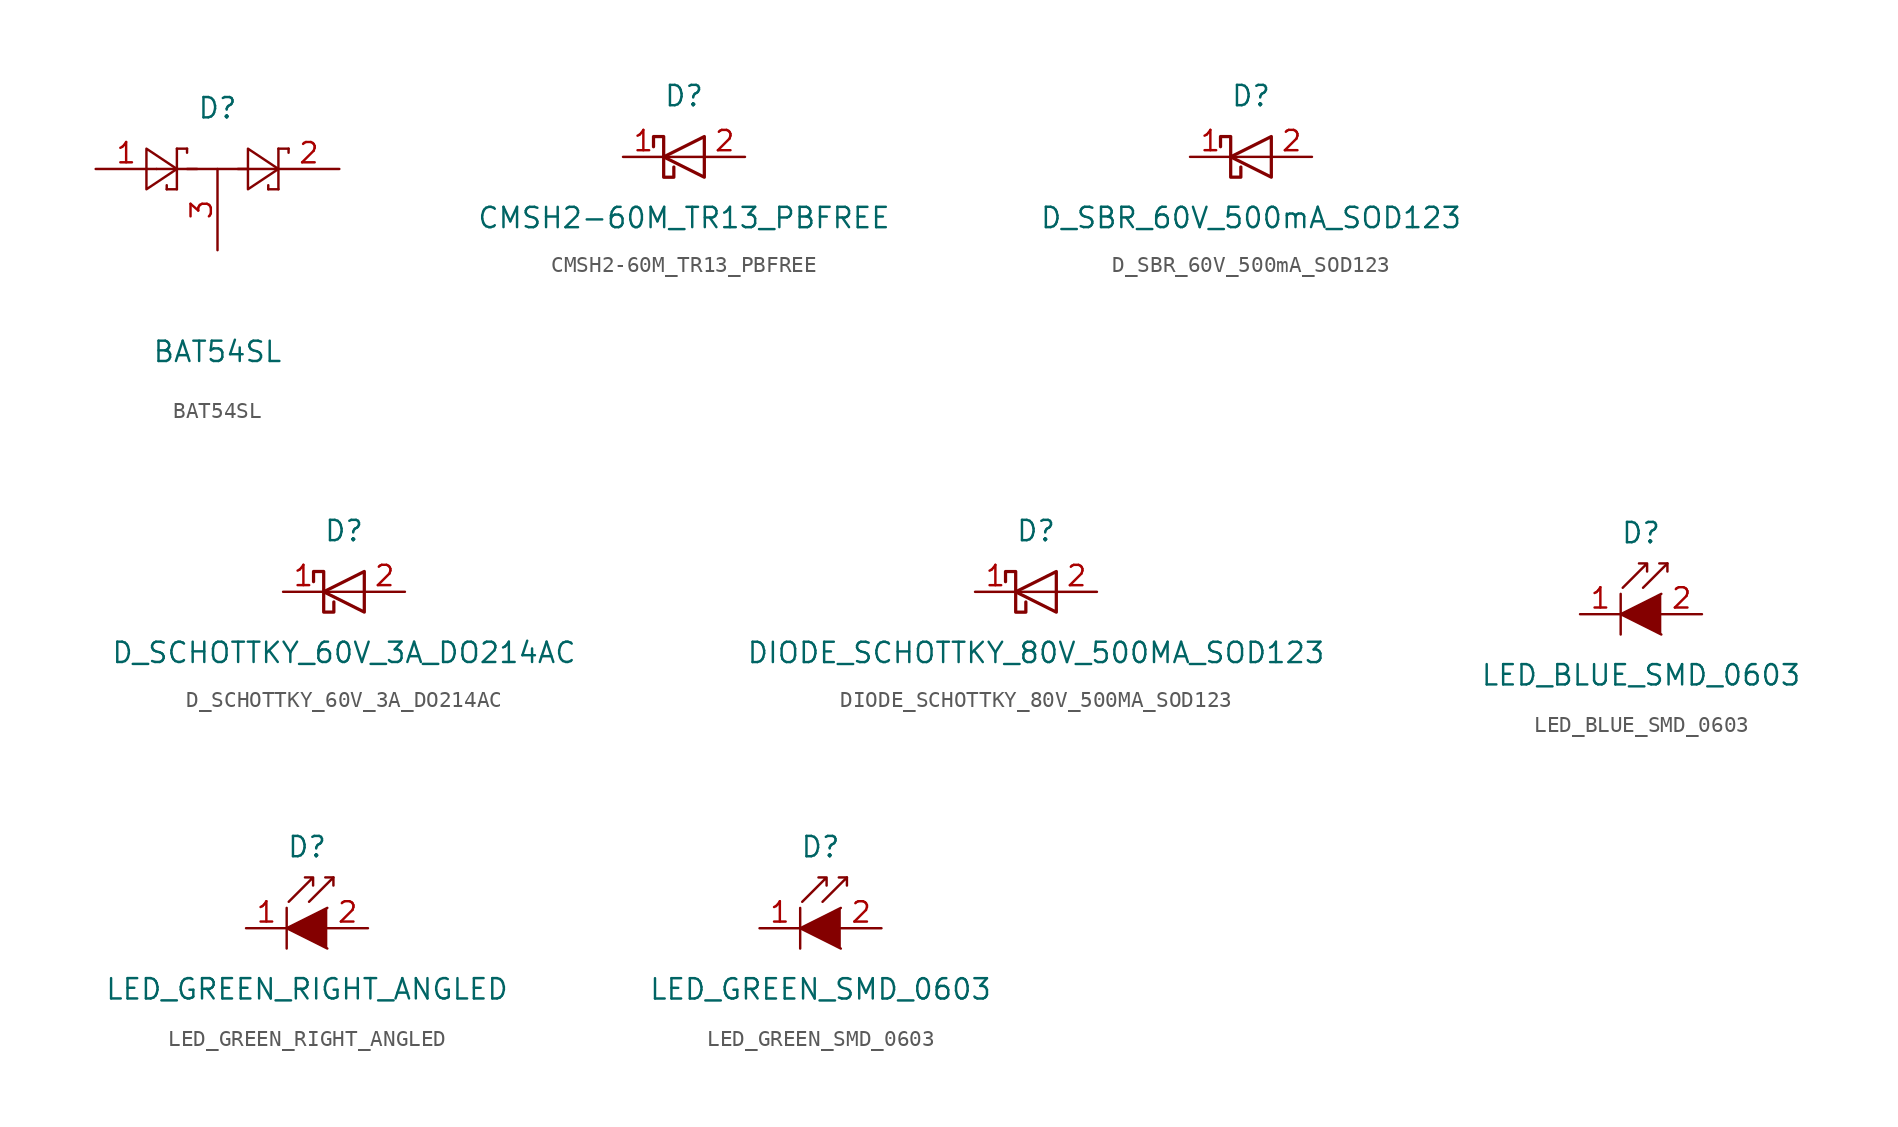
<source format=kicad_sym>
(kicad_symbol_lib
  (version 20220914)
  (generator kicad_symbol_editor)
  (symbol "BAT54SL"
    (pin_names
      (offset 0) hide)
    (property "Reference" "D"
      (at 0 0 0)
      (effects (font (size 1.27 1.27))))
    (property "Value" "BAT54SL"
      (at 0 -15.24 0)
      (effects (font (size 1.27 1.27))))
    (symbol "BAT54SL_1_1"
      (polyline (pts (xy -3.81 -3.81) (xy -1.27 -3.81)) (stroke (width 0) (type default)) (fill (type none)))
      (polyline (pts (xy -3.175 -5.08) (xy -3.175 -4.826)) (stroke (width 0) (type default)) (fill (type none)))
      (polyline (pts (xy -2.54 -5.08) (xy -3.175 -5.08)) (stroke (width 0) (type default)) (fill (type none)))
      (polyline (pts (xy -2.54 -5.08) (xy -2.54 -2.54)) (stroke (width 0) (type default)) (fill (type none)))
      (polyline (pts (xy -2.54 -2.54) (xy -1.905 -2.54)) (stroke (width 0) (type default)) (fill (type none)))
      (polyline (pts (xy -1.905 -3.81) (xy 1.905 -3.81)) (stroke (width 0) (type default)) (fill (type none)))
      (polyline (pts (xy -1.905 -2.54) (xy -1.905 -2.794)) (stroke (width 0) (type default)) (fill (type none)))
      (polyline (pts (xy 1.27 -3.81) (xy 3.81 -3.81)) (stroke (width 0) (type default)) (fill (type none)))
      (polyline (pts (xy 3.175 -5.08) (xy 3.175 -4.826)) (stroke (width 0) (type default)) (fill (type none)))
      (polyline (pts (xy 3.81 -5.08) (xy 3.175 -5.08)) (stroke (width 0) (type default)) (fill (type none)))
      (polyline (pts (xy 3.81 -5.08) (xy 3.81 -2.54)) (stroke (width 0) (type default)) (fill (type none)))
      (polyline (pts (xy 3.81 -2.54) (xy 4.445 -2.54)) (stroke (width 0) (type default)) (fill (type none)))
      (polyline (pts (xy 4.445 -2.54) (xy 4.445 -2.794)) (stroke (width 0) (type default)) (fill (type none)))
      (polyline (pts (xy -4.445 -2.54) (xy -4.445 -5.08) (xy -2.54 -3.81) (xy -4.445 -2.54)) (stroke (width 0) (type default)) (fill (type none)))
      (polyline (pts (xy 1.905 -2.54) (xy 1.905 -5.08) (xy 3.81 -3.81) (xy 1.905 -2.54)) (stroke (width 0) (type default)) (fill (type none)))
      (pin passive line (at -7.62 -3.81 0) (length 3.81) (name "~" (effects (font (size 1.27 1.27)))) (number "1" (effects (font (size 1.27 1.27)))))
      (pin passive line (at 7.62 -3.81 180) (length 3.81) (name "~" (effects (font (size 1.27 1.27)))) (number "2" (effects (font (size 1.27 1.27)))))
      (pin passive line (at 0 -8.89 90) (length 5.08) (name "~" (effects (font (size 1.27 1.27)))) (number "3" (effects (font (size 1.27 1.27)))))))
  (symbol "CMSH2-60M_TR13_PBFREE"
    (pin_names
      (offset 0) hide)
    (property "Reference" "D"
      (at 0 0 0)
      (effects (font (size 1.27 1.27))))
    (property "Value" "CMSH2-60M_TR13_PBFREE"
      (at 0 -7.62 0)
      (effects (font (size 1.27 1.27))))
    (symbol "CMSH2-60M_TR13_PBFREE_1_1"
      (polyline (pts (xy 1.27 -3.81) (xy -1.27 -3.81)) (stroke (width 0) (type default)) (fill (type none)))
      (polyline (pts (xy 1.27 -2.54) (xy 1.27 -5.08) (xy -1.27 -3.81) (xy 1.27 -2.54)) (stroke (width 0.203) (type default)) (fill (type none)))
      (polyline (pts (xy -1.905 -3.175) (xy -1.905 -2.54) (xy -1.27 -2.54) (xy -1.27 -5.08) (xy -0.635 -5.08) (xy -0.635 -4.445)) (stroke (width 0.203) (type default)) (fill (type none)))
      (pin passive line (at -3.81 -3.81 0) (length 2.54) (name "K" (effects (font (size 1.27 1.27)))) (number "1" (effects (font (size 1.27 1.27)))))
      (pin passive line (at 3.81 -3.81 180) (length 2.54) (name "A" (effects (font (size 1.27 1.27)))) (number "2" (effects (font (size 1.27 1.27)))))))
  (symbol "D_SBR_60V_500mA_SOD123"
    (pin_names
      (offset 0) hide)
    (property "Reference" "D"
      (at 0 0 0)
      (effects (font (size 1.27 1.27))))
    (property "Value" "D_SBR_60V_500mA_SOD123"
      (at 0 -7.62 0)
      (effects (font (size 1.27 1.27))))
    (symbol "D_SBR_60V_500mA_SOD123_1_1"
      (polyline (pts (xy 1.27 -3.81) (xy -1.27 -3.81)) (stroke (width 0) (type default)) (fill (type none)))
      (polyline (pts (xy 1.27 -2.54) (xy 1.27 -5.08) (xy -1.27 -3.81) (xy 1.27 -2.54)) (stroke (width 0.203) (type default)) (fill (type none)))
      (polyline (pts (xy -1.905 -3.175) (xy -1.905 -2.54) (xy -1.27 -2.54) (xy -1.27 -5.08) (xy -0.635 -5.08) (xy -0.635 -4.445)) (stroke (width 0.203) (type default)) (fill (type none)))
      (pin passive line (at -3.81 -3.81 0) (length 2.54) (name "K" (effects (font (size 1.27 1.27)))) (number "1" (effects (font (size 1.27 1.27)))))
      (pin passive line (at 3.81 -3.81 180) (length 2.54) (name "A" (effects (font (size 1.27 1.27)))) (number "2" (effects (font (size 1.27 1.27)))))))
  (symbol "D_SCHOTTKY_60V_3A_DO214AC"
    (pin_names
      (offset 0) hide)
    (property "Reference" "D"
      (at 0 0 0)
      (effects (font (size 1.27 1.27))))
    (property "Value" "D_SCHOTTKY_60V_3A_DO214AC"
      (at 0 -7.62 0)
      (effects (font (size 1.27 1.27))))
    (symbol "D_SCHOTTKY_60V_3A_DO214AC_1_1"
      (polyline (pts (xy 1.27 -3.81) (xy -1.27 -3.81)) (stroke (width 0) (type default)) (fill (type none)))
      (polyline (pts (xy 1.27 -2.54) (xy 1.27 -5.08) (xy -1.27 -3.81) (xy 1.27 -2.54)) (stroke (width 0.203) (type default)) (fill (type none)))
      (polyline (pts (xy -1.905 -3.175) (xy -1.905 -2.54) (xy -1.27 -2.54) (xy -1.27 -5.08) (xy -0.635 -5.08) (xy -0.635 -4.445)) (stroke (width 0.203) (type default)) (fill (type none)))
      (pin passive line (at -3.81 -3.81 0) (length 2.54) (name "K" (effects (font (size 1.27 1.27)))) (number "1" (effects (font (size 1.27 1.27)))))
      (pin passive line (at 3.81 -3.81 180) (length 2.54) (name "A" (effects (font (size 1.27 1.27)))) (number "2" (effects (font (size 1.27 1.27)))))))
  (symbol "DIODE_SCHOTTKY_80V_500MA_SOD123"
    (pin_names
      (offset 0) hide)
    (property "Reference" "D"
      (at 0 0 0)
      (effects (font (size 1.27 1.27))))
    (property "Value" "DIODE_SCHOTTKY_80V_500MA_SOD123"
      (at 0 -7.62 0)
      (effects (font (size 1.27 1.27))))
    (symbol "DIODE_SCHOTTKY_80V_500MA_SOD123_1_1"
      (polyline (pts (xy 1.27 -3.81) (xy -1.27 -3.81)) (stroke (width 0) (type default)) (fill (type none)))
      (polyline (pts (xy 1.27 -2.54) (xy 1.27 -5.08) (xy -1.27 -3.81) (xy 1.27 -2.54)) (stroke (width 0.203) (type default)) (fill (type none)))
      (polyline (pts (xy -1.905 -3.175) (xy -1.905 -2.54) (xy -1.27 -2.54) (xy -1.27 -5.08) (xy -0.635 -5.08) (xy -0.635 -4.445)) (stroke (width 0.203) (type default)) (fill (type none)))
      (pin passive line (at -3.81 -3.81 0) (length 2.54) (name "K" (effects (font (size 1.27 1.27)))) (number "1" (effects (font (size 1.27 1.27)))))
      (pin passive line (at 3.81 -3.81 180) (length 2.54) (name "A" (effects (font (size 1.27 1.27)))) (number "2" (effects (font (size 1.27 1.27)))))))
  (symbol "LED_BLUE_SMD_0603"
    (pin_names
      (offset 1.016) hide)
    (property "Reference" "D"
      (at 0 0 0)
      (effects (font (size 1.27 1.27))))
    (property "Value" "LED_BLUE_SMD_0603"
      (at 0 -8.89 0)
      (effects (font (size 1.27 1.27))))
    (symbol "LED_BLUE_SMD_0603_1_1"
      (polyline (pts (xy -1.27 -3.81) (xy -1.27 -6.35)) (stroke (width 0.152) (type default)) (fill (type none)))
      (polyline (pts (xy 1.651 -1.905) (xy 1.143 -1.905)) (stroke (width 0) (type default)) (fill (type none)))
      (polyline (pts (xy 0.127 -3.429) (xy 1.651 -1.905) (xy 1.651 -2.413)) (stroke (width 0) (type default)) (fill (type none)))
      (polyline (pts (xy 1.27 -3.81) (xy -1.27 -5.08) (xy 1.27 -6.35)) (stroke (width 0) (type default)) (fill (type outline)))
      (polyline (pts (xy -1.143 -3.429) (xy 0.381 -1.905) (xy 0.381 -2.413) (xy 0.381 -1.905) (xy -0.127 -1.905)) (stroke (width 0) (type default)) (fill (type none)))
      (pin passive line (at -3.81 -5.08 0) (length 2.54) (name "K" (effects (font (size 1.27 1.27)))) (number "1" (effects (font (size 1.27 1.27)))))
      (pin passive line (at 3.81 -5.08 180) (length 2.54) (name "A" (effects (font (size 1.27 1.27)))) (number "2" (effects (font (size 1.27 1.27)))))))
  (symbol "LED_GREEN_RIGHT_ANGLED"
    (pin_names
      (offset 1.016) hide)
    (property "Reference" "D"
      (at 0 0 0)
      (effects (font (size 1.27 1.27))))
    (property "Value" "LED_GREEN_RIGHT_ANGLED"
      (at 0 -8.89 0)
      (effects (font (size 1.27 1.27))))
    (symbol "LED_GREEN_RIGHT_ANGLED_1_1"
      (polyline (pts (xy -1.27 -3.81) (xy -1.27 -6.35)) (stroke (width 0.152) (type default)) (fill (type none)))
      (polyline (pts (xy 1.651 -1.905) (xy 1.143 -1.905)) (stroke (width 0) (type default)) (fill (type none)))
      (polyline (pts (xy 0.127 -3.429) (xy 1.651 -1.905) (xy 1.651 -2.413)) (stroke (width 0) (type default)) (fill (type none)))
      (polyline (pts (xy 1.27 -3.81) (xy -1.27 -5.08) (xy 1.27 -6.35)) (stroke (width 0) (type default)) (fill (type outline)))
      (polyline (pts (xy -1.143 -3.429) (xy 0.381 -1.905) (xy 0.381 -2.413) (xy 0.381 -1.905) (xy -0.127 -1.905)) (stroke (width 0) (type default)) (fill (type none)))
      (pin passive line (at -3.81 -5.08 0) (length 2.54) (name "K" (effects (font (size 1.27 1.27)))) (number "1" (effects (font (size 1.27 1.27)))))
      (pin passive line (at 3.81 -5.08 180) (length 2.54) (name "A" (effects (font (size 1.27 1.27)))) (number "2" (effects (font (size 1.27 1.27)))))))
  (symbol "LED_GREEN_SMD_0603"
    (pin_names
      (offset 1.016) hide)
    (property "Reference" "D"
      (at 0 0 0)
      (effects (font (size 1.27 1.27))))
    (property "Value" "LED_GREEN_SMD_0603"
      (at 0 -8.89 0)
      (effects (font (size 1.27 1.27))))
    (symbol "LED_GREEN_SMD_0603_1_1"
      (polyline (pts (xy -1.27 -3.81) (xy -1.27 -6.35)) (stroke (width 0.152) (type default)) (fill (type none)))
      (polyline (pts (xy 1.651 -1.905) (xy 1.143 -1.905)) (stroke (width 0) (type default)) (fill (type none)))
      (polyline (pts (xy 0.127 -3.429) (xy 1.651 -1.905) (xy 1.651 -2.413)) (stroke (width 0) (type default)) (fill (type none)))
      (polyline (pts (xy 1.27 -3.81) (xy -1.27 -5.08) (xy 1.27 -6.35)) (stroke (width 0) (type default)) (fill (type outline)))
      (polyline (pts (xy -1.143 -3.429) (xy 0.381 -1.905) (xy 0.381 -2.413) (xy 0.381 -1.905) (xy -0.127 -1.905)) (stroke (width 0) (type default)) (fill (type none)))
      (pin passive line (at -3.81 -5.08 0) (length 2.54) (name "K" (effects (font (size 1.27 1.27)))) (number "1" (effects (font (size 1.27 1.27)))))
      (pin passive line (at 3.81 -5.08 180) (length 2.54) (name "A" (effects (font (size 1.27 1.27)))) (number "2" (effects (font (size 1.27 1.27))))))))
</source>
